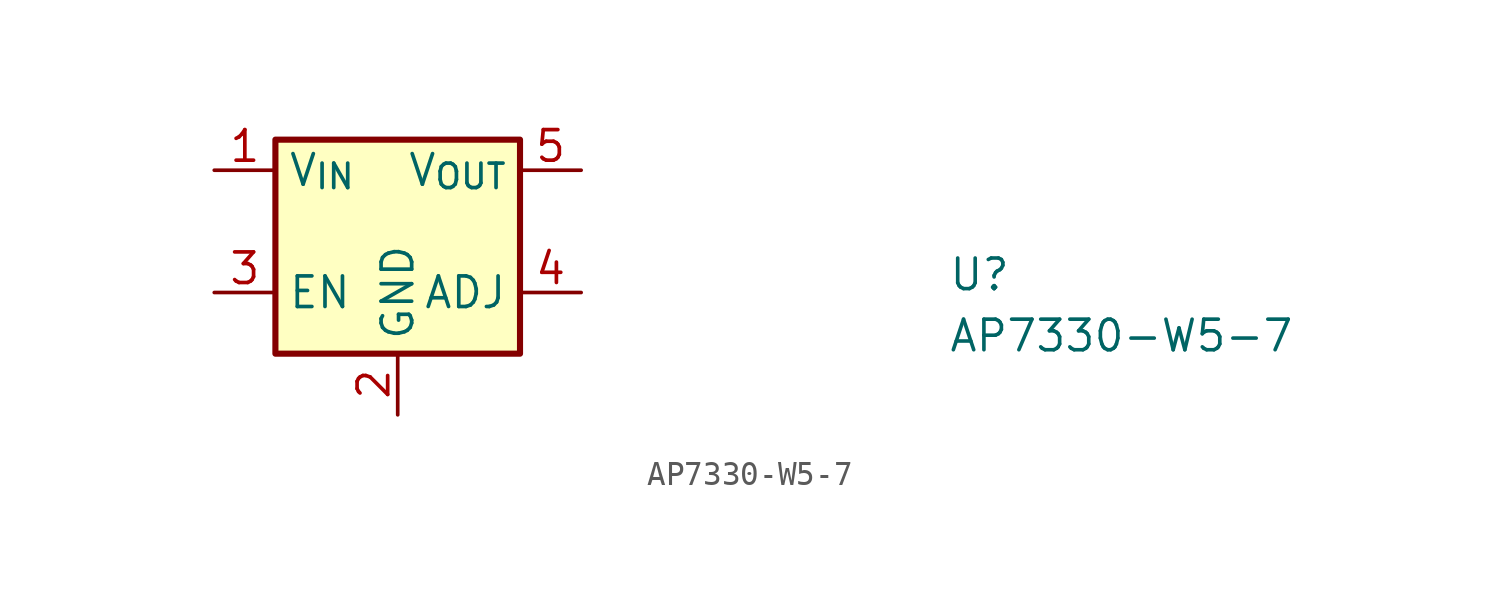
<source format=kicad_sym>
(kicad_symbol_lib
  (version 20211014)
  (generator kicad_symbol_editor)
  (symbol "AP7330-W5-7"
    (property "Reference" "U"
      (at 30.48 -5.08 0)
      (effects (font (size 1.27 1.27) (thickness 0.15)) (justify left bottom)))
    (property "Value" "AP7330-W5-7"
      (at 30.48 -7.62 0)
      (effects (font (size 1.27 1.27) (thickness 0.15)) (justify left bottom)))
    (symbol "AP7330-W5-7_1_1"
      (rectangle (start 2.54 1.27) (end 12.7 -7.62) (stroke (width 0.254) (type default) (color 0 0 0 0)) (fill (type background)))
      (pin power_in line (at 0 0 0) (length 2.54) (name "V_{IN}" (effects (font (size 1.27 1.27)))) (number "1" (effects (font (size 1.27 1.27)))))
      (pin power_in line (at 7.62 -10.16 90) (length 2.54) (name "GND" (effects (font (size 1.27 1.27)))) (number "2" (effects (font (size 1.27 1.27)))))
      (pin input line (at 0 -5.08 0) (length 2.54) (name "EN" (effects (font (size 1.27 1.27)))) (number "3" (effects (font (size 1.27 1.27)))))
      (pin passive line (at 15.24 -5.08 180) (length 2.54) (name "ADJ" (effects (font (size 1.27 1.27)))) (number "4" (effects (font (size 1.27 1.27)))))
      (pin power_out line (at 15.24 0 180) (length 2.54) (name "V_{OUT}" (effects (font (size 1.27 1.27)))) (number "5" (effects (font (size 1.27 1.27))))))))
</source>
